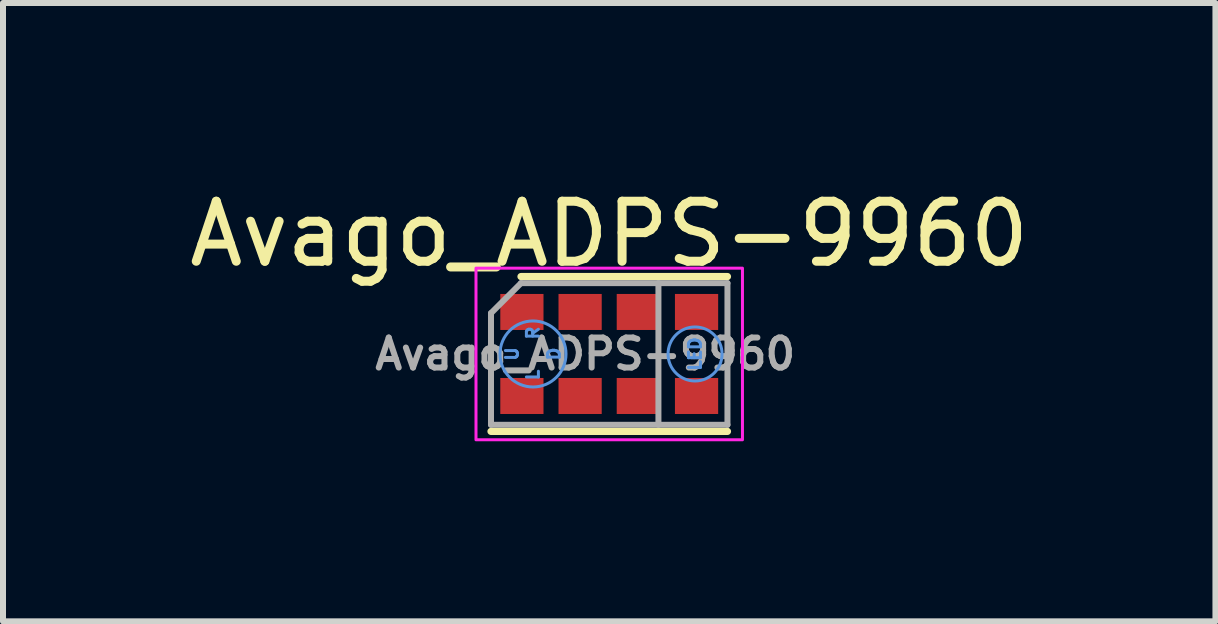
<source format=kicad_pcb>
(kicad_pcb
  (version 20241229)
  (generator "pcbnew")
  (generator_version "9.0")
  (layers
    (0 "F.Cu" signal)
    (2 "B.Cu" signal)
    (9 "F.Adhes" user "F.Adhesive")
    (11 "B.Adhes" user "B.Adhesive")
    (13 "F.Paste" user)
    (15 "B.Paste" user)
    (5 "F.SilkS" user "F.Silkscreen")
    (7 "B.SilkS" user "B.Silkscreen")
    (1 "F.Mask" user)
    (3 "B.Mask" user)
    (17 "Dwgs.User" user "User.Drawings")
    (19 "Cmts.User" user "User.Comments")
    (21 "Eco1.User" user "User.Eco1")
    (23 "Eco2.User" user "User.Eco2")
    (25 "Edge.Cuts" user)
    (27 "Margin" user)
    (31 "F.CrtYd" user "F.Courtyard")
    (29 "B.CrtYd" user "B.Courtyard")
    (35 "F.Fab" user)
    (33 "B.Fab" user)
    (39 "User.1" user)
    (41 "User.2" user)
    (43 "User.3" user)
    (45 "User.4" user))
  (footprint "Avago_ADPS-9960"
    (layer "F.Cu")
    (at 7.101 2.848)
    (property "Reference" "Avago_ADPS-9960" (at 0 -2 0) (unlocked yes) (layer "F.SilkS") (effects (font (size 1 1) (thickness 0.15))))
    (attr smd)
    (fp_line (start -1.97 1.29) (end 1.97 1.29) (stroke (width 0.12) (type solid)) (layer "F.SilkS"))
    (fp_line (start 1.97 -1.29) (end -1.47 -1.29) (stroke (width 0.12) (type solid)) (layer "F.SilkS"))
    (fp_circle (center -1.27 0) (end -0.72 0) (stroke (width 0.05) (type solid)) (fill no) (layer "Cmts.User"))
    (fp_circle (center 1.43 0) (end 1.88 0) (stroke (width 0.05) (type solid)) (fill no) (layer "Cmts.User"))
    (fp_rect (start 2.22 1.43) (end -2.22 -1.43) (stroke (width 0.05) (type solid)) (fill no) (layer "F.CrtYd"))
    (fp_line (start -1.97 -0.68) (end -1.97 1.18) (stroke (width 0.1) (type solid)) (layer "F.Fab"))
    (fp_line (start -1.97 1.18) (end 1.97 1.18) (stroke (width 0.1) (type solid)) (layer "F.Fab"))
    (fp_line (start -1.47 -1.18) (end -1.97 -0.68) (stroke (width 0.1) (type solid)) (layer "F.Fab"))
    (fp_line (start 0.82 1.18) (end 0.82 -1.18) (stroke (width 0.1) (type solid)) (layer "F.Fab"))
    (fp_line (start 1.97 -1.18) (end -1.47 -1.18) (stroke (width 0.1) (type solid)) (layer "F.Fab"))
    (fp_line (start 1.97 -1.18) (end 1.97 1.18) (stroke (width 0.1) (type solid)) (layer "F.Fab"))
    (fp_text user "R" (at -1.27 -0.35 90) (unlocked yes) (layer "Cmts.User") (effects (font (size 0.2 0.2) (thickness 0.05))))
    (fp_text user "U" (at -1.62 0 90) (unlocked yes) (layer "Cmts.User") (effects (font (size 0.2 0.2) (thickness 0.05))))
    (fp_text user "LED" (at 1.43 0 90) (unlocked yes) (layer "Cmts.User") (effects (font (size 0.2 0.2) (thickness 0.05))))
    (fp_text user "D" (at -0.92 0 90) (unlocked yes) (layer "Cmts.User") (effects (font (size 0.2 0.2) (thickness 0.05))))
    (fp_text user "L" (at -1.27 0.35 90) (unlocked yes) (layer "Cmts.User") (effects (font (size 0.2 0.2) (thickness 0.05))))
    (fp_text user "${REFERENCE}" (at -0.4 0 0) (unlocked yes) (layer "F.Fab") (effects (font (size 0.5 0.5) (thickness 0.1))))
    (pad "1" smd rect (at -1.455 -0.7) (size 0.72 0.6) (layers "F.Cu" "F.Mask" "F.Paste"))
    (pad "2" smd rect (at -0.485 -0.7) (size 0.72 0.6) (layers "F.Cu" "F.Mask" "F.Paste"))
    (pad "3" smd rect (at 0.485 -0.7) (size 0.72 0.6) (layers "F.Cu" "F.Mask" "F.Paste"))
    (pad "4" smd rect (at 1.455 -0.7) (size 0.72 0.6) (layers "F.Cu" "F.Mask" "F.Paste"))
    (pad "5" smd rect (at 1.455 0.7) (size 0.72 0.6) (layers "F.Cu" "F.Mask" "F.Paste"))
    (pad "6" smd rect (at 0.485 0.7) (size 0.72 0.6) (layers "F.Cu" "F.Mask" "F.Paste"))
    (pad "7" smd rect (at -0.485 0.7) (size 0.72 0.6) (layers "F.Cu" "F.Mask" "F.Paste"))
    (pad "8" smd rect (at -1.455 0.7) (size 0.72 0.6) (layers "F.Cu" "F.Mask" "F.Paste")))
  (gr_rect
    (start -3 -3)
    (end 17.202 7.303)
    (stroke (width 0.1) (type default))
    (fill no)
    (layer "Edge.Cuts")))
</source>
